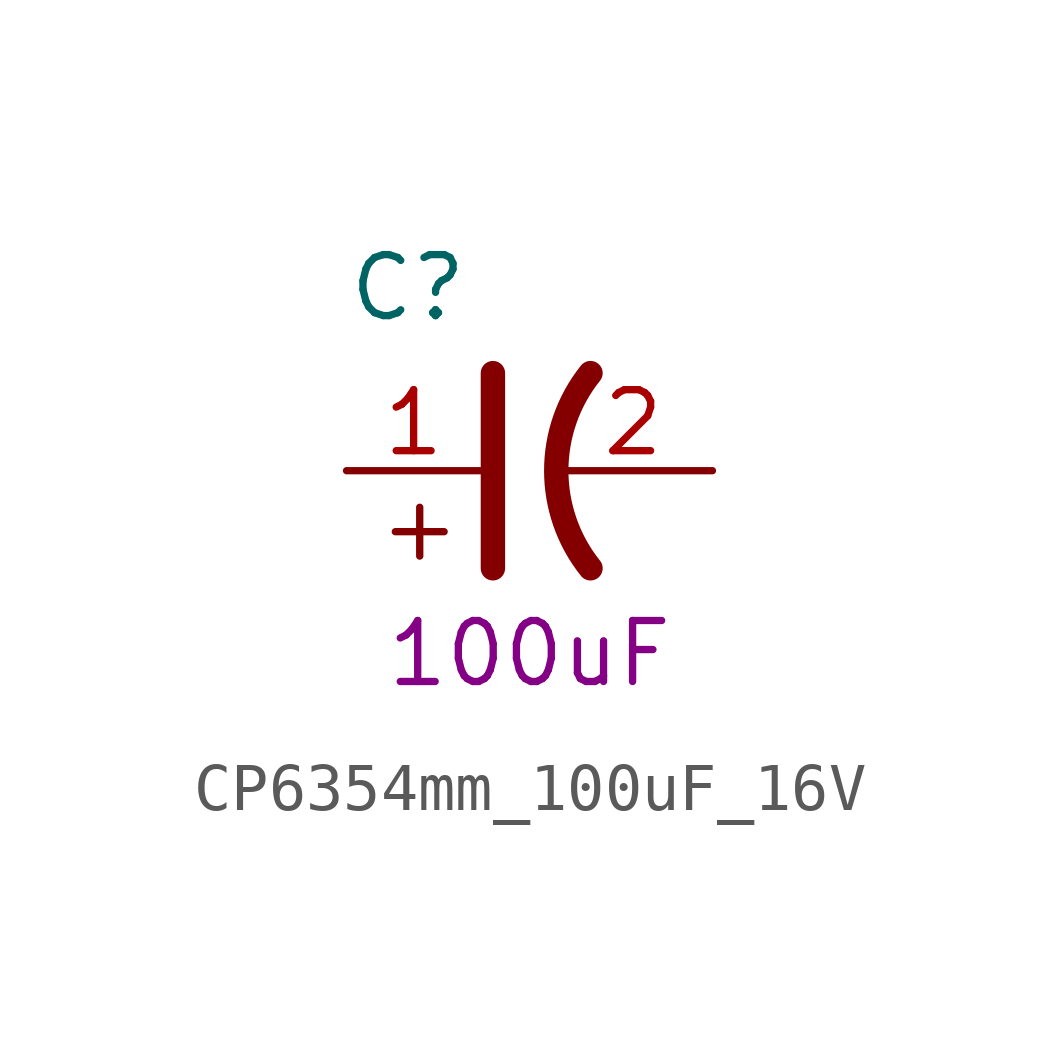
<source format=kicad_sym>
(kicad_symbol_lib
  (version 20211014)
  (generator kicad_symbol_editor)
  (symbol "CP6354mm_100uF_16V"
    (pin_names
      (offset 0.762))
    (property "Reference" "C"
      (at -3.81 3.81 0)
      (effects (font (size 1.27 1.27)) (justify left)))
    (property "Symbol" "100uF"
      (at 0 -3.81 0)
      (effects (font (size 1.27 1.27))))
    (symbol "CP6354mm_100uF_16V_1_1"
      (polyline (pts (xy -2.286 -1.778) (xy -2.286 -0.762)) (stroke (width 0) (type default) (color 0 0 0 0)) (fill (type none)))
      (polyline (pts (xy -1.778 -1.27) (xy -2.794 -1.27)) (stroke (width 0) (type default) (color 0 0 0 0)) (fill (type none)))
      (polyline (pts (xy -0.762 -2.032) (xy -0.762 2.032)) (stroke (width 0.508) (type default) (color 0 0 0 0)) (fill (type none)))
      (arc (start 1.27 2.032) (mid 0.5572 0) (end 1.27 -2.032) (stroke (width 0.508) (type default) (color 0 0 0 0)) (fill (type none)))
      (pin passive line (at -3.81 0 0) (length 2.794) (name "~" (effects (font (size 1.27 1.27)))) (number "1" (effects (font (size 1.27 1.27)))))
      (pin passive line (at 3.81 0 180) (length 3.302) (name "~" (effects (font (size 1.27 1.27)))) (number "2" (effects (font (size 1.27 1.27))))))))
</source>
